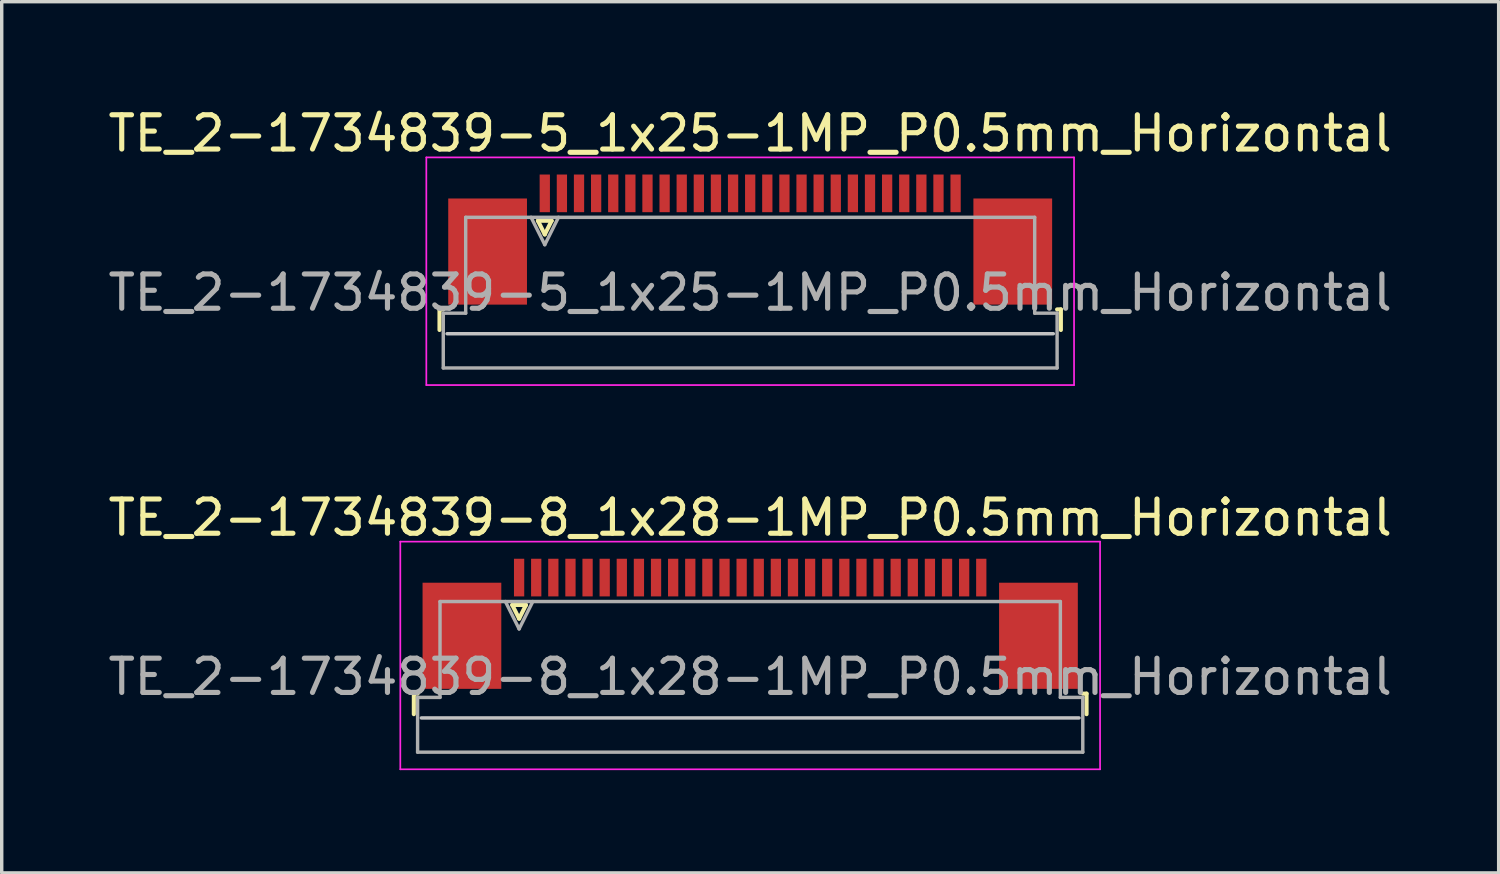
<source format=kicad_pcb>
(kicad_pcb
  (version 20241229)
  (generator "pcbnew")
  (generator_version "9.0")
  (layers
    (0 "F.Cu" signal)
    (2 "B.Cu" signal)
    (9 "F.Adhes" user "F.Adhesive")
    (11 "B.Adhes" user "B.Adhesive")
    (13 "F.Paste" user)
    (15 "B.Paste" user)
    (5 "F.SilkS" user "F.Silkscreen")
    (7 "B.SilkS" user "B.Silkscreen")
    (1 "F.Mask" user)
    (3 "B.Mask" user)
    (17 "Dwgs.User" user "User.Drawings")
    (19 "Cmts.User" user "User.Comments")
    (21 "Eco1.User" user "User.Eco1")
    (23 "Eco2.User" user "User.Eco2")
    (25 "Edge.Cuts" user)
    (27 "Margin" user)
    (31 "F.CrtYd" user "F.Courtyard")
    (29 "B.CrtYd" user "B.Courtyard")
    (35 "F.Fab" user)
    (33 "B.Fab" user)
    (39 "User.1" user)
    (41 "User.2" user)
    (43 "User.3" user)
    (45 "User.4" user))
  (footprint "TE_2-1734839-5_1x25-1MP_P0.5mm_Horizontal"
    (layer "F.Cu")
    (at 18.863 3.948)
    (property "Reference" "TE_2-1734839-5_1x25-1MP_P0.5mm_Horizontal" (at 0 -3.1 0) (layer "F.SilkS") (effects (font (size 1 1) (thickness 0.15))))
    (attr smd)
    (fp_line (start -9.075 2.04) (end -9.075 2.64) (stroke (width 0.12) (type solid)) (layer "F.SilkS"))
    (fp_line (start -8.965 2.04) (end -9.075 2.04) (stroke (width 0.12) (type solid)) (layer "F.SilkS"))
    (fp_line (start -6.2 -0.55) (end -6 -0.15) (stroke (width 0.12) (type solid)) (layer "F.SilkS"))
    (fp_line (start -6 -0.15) (end -5.8 -0.55) (stroke (width 0.12) (type solid)) (layer "F.SilkS"))
    (fp_line (start -5.8 -0.55) (end -6.2 -0.55) (stroke (width 0.12) (type solid)) (layer "F.SilkS"))
    (fp_line (start 8.965 2.04) (end 9.075 2.04) (stroke (width 0.12) (type solid)) (layer "F.SilkS"))
    (fp_line (start 9.075 2.04) (end 9.075 2.64) (stroke (width 0.12) (type solid)) (layer "F.SilkS"))
    (fp_line (start 8.855 2.75) (end -8.855 2.75) (stroke (width 0.1) (type solid)) (layer "Dwgs.User"))
    (fp_line (start -9.46 -2.4) (end -9.46 4.25) (stroke (width 0.05) (type solid)) (layer "F.CrtYd"))
    (fp_line (start -9.46 4.25) (end 9.46 4.25) (stroke (width 0.05) (type solid)) (layer "F.CrtYd"))
    (fp_line (start 9.46 -2.4) (end -9.46 -2.4) (stroke (width 0.05) (type solid)) (layer "F.CrtYd"))
    (fp_line (start 9.46 4.25) (end 9.46 -2.4) (stroke (width 0.05) (type solid)) (layer "F.CrtYd"))
    (fp_line (start -8.965 2.15) (end -8.31 2.15) (stroke (width 0.1) (type solid)) (layer "F.Fab"))
    (fp_line (start -8.965 3.75) (end -8.965 2.15) (stroke (width 0.1) (type solid)) (layer "F.Fab"))
    (fp_line (start -8.31 -0.65) (end 8.31 -0.65) (stroke (width 0.1) (type solid)) (layer "F.Fab"))
    (fp_line (start -8.31 2.15) (end -8.31 -0.65) (stroke (width 0.1) (type solid)) (layer "F.Fab"))
    (fp_line (start -6.4 -0.65) (end -6 0.15) (stroke (width 0.1) (type solid)) (layer "F.Fab"))
    (fp_line (start -6 0.15) (end -5.6 -0.65) (stroke (width 0.1) (type solid)) (layer "F.Fab"))
    (fp_line (start 8.31 -0.65) (end 8.31 2.15) (stroke (width 0.1) (type solid)) (layer "F.Fab"))
    (fp_line (start 8.31 2.15) (end 8.965 2.15) (stroke (width 0.1) (type solid)) (layer "F.Fab"))
    (fp_line (start 8.965 2.15) (end 8.965 3.75) (stroke (width 0.1) (type solid)) (layer "F.Fab"))
    (fp_line (start 8.965 3.75) (end -8.965 3.75) (stroke (width 0.1) (type solid)) (layer "F.Fab"))
    (fp_text user "${REFERENCE}" (at 0 1.55 0) (layer "F.Fab") (effects (font (size 1 1) (thickness 0.15))))
    (pad "1" smd rect (at -6 -1.35) (size 0.3 1.1) (layers "F.Cu" "F.Mask" "F.Paste"))
    (pad "2" smd rect (at -5.5 -1.35) (size 0.3 1.1) (layers "F.Cu" "F.Mask" "F.Paste"))
    (pad "3" smd rect (at -5 -1.35) (size 0.3 1.1) (layers "F.Cu" "F.Mask" "F.Paste"))
    (pad "4" smd rect (at -4.5 -1.35) (size 0.3 1.1) (layers "F.Cu" "F.Mask" "F.Paste"))
    (pad "5" smd rect (at -4 -1.35) (size 0.3 1.1) (layers "F.Cu" "F.Mask" "F.Paste"))
    (pad "6" smd rect (at -3.5 -1.35) (size 0.3 1.1) (layers "F.Cu" "F.Mask" "F.Paste"))
    (pad "7" smd rect (at -3 -1.35) (size 0.3 1.1) (layers "F.Cu" "F.Mask" "F.Paste"))
    (pad "8" smd rect (at -2.5 -1.35) (size 0.3 1.1) (layers "F.Cu" "F.Mask" "F.Paste"))
    (pad "9" smd rect (at -2 -1.35) (size 0.3 1.1) (layers "F.Cu" "F.Mask" "F.Paste"))
    (pad "10" smd rect (at -1.5 -1.35) (size 0.3 1.1) (layers "F.Cu" "F.Mask" "F.Paste"))
    (pad "11" smd rect (at -1 -1.35) (size 0.3 1.1) (layers "F.Cu" "F.Mask" "F.Paste"))
    (pad "12" smd rect (at -0.5 -1.35) (size 0.3 1.1) (layers "F.Cu" "F.Mask" "F.Paste"))
    (pad "13" smd rect (at 0 -1.35) (size 0.3 1.1) (layers "F.Cu" "F.Mask" "F.Paste"))
    (pad "14" smd rect (at 0.5 -1.35) (size 0.3 1.1) (layers "F.Cu" "F.Mask" "F.Paste"))
    (pad "15" smd rect (at 1 -1.35) (size 0.3 1.1) (layers "F.Cu" "F.Mask" "F.Paste"))
    (pad "16" smd rect (at 1.5 -1.35) (size 0.3 1.1) (layers "F.Cu" "F.Mask" "F.Paste"))
    (pad "17" smd rect (at 2 -1.35) (size 0.3 1.1) (layers "F.Cu" "F.Mask" "F.Paste"))
    (pad "18" smd rect (at 2.5 -1.35) (size 0.3 1.1) (layers "F.Cu" "F.Mask" "F.Paste"))
    (pad "19" smd rect (at 3 -1.35) (size 0.3 1.1) (layers "F.Cu" "F.Mask" "F.Paste"))
    (pad "20" smd rect (at 3.5 -1.35) (size 0.3 1.1) (layers "F.Cu" "F.Mask" "F.Paste"))
    (pad "21" smd rect (at 4 -1.35) (size 0.3 1.1) (layers "F.Cu" "F.Mask" "F.Paste"))
    (pad "22" smd rect (at 4.5 -1.35) (size 0.3 1.1) (layers "F.Cu" "F.Mask" "F.Paste"))
    (pad "23" smd rect (at 5 -1.35) (size 0.3 1.1) (layers "F.Cu" "F.Mask" "F.Paste"))
    (pad "24" smd rect (at 5.5 -1.35) (size 0.3 1.1) (layers "F.Cu" "F.Mask" "F.Paste"))
    (pad "25" smd rect (at 6 -1.35) (size 0.3 1.1) (layers "F.Cu" "F.Mask" "F.Paste"))
    (pad "MP" smd rect (at -7.67 0.35) (size 2.3 3.1) (layers "F.Cu" "F.Mask" "F.Paste"))
    (pad "MP" smd rect (at 7.67 0.35) (size 2.3 3.1) (layers "F.Cu" "F.Mask" "F.Paste")))
  (footprint "TE_2-1734839-8_1x28-1MP_P0.5mm_Horizontal"
    (layer "F.Cu")
    (at 18.863 15.171)
    (property "Reference" "TE_2-1734839-8_1x28-1MP_P0.5mm_Horizontal" (at 0 -3.1 0) (layer "F.SilkS") (effects (font (size 1 1) (thickness 0.15))))
    (attr smd)
    (fp_line (start -9.825 2.04) (end -9.825 2.64) (stroke (width 0.12) (type solid)) (layer "F.SilkS"))
    (fp_line (start -9.715 2.04) (end -9.825 2.04) (stroke (width 0.12) (type solid)) (layer "F.SilkS"))
    (fp_line (start -6.95 -0.55) (end -6.75 -0.15) (stroke (width 0.12) (type solid)) (layer "F.SilkS"))
    (fp_line (start -6.75 -0.15) (end -6.55 -0.55) (stroke (width 0.12) (type solid)) (layer "F.SilkS"))
    (fp_line (start -6.55 -0.55) (end -6.95 -0.55) (stroke (width 0.12) (type solid)) (layer "F.SilkS"))
    (fp_line (start 9.715 2.04) (end 9.825 2.04) (stroke (width 0.12) (type solid)) (layer "F.SilkS"))
    (fp_line (start 9.825 2.04) (end 9.825 2.64) (stroke (width 0.12) (type solid)) (layer "F.SilkS"))
    (fp_line (start 9.605 2.75) (end -9.605 2.75) (stroke (width 0.1) (type solid)) (layer "Dwgs.User"))
    (fp_line (start -10.22 -2.4) (end -10.22 4.25) (stroke (width 0.05) (type solid)) (layer "F.CrtYd"))
    (fp_line (start -10.22 4.25) (end 10.22 4.25) (stroke (width 0.05) (type solid)) (layer "F.CrtYd"))
    (fp_line (start 10.22 -2.4) (end -10.22 -2.4) (stroke (width 0.05) (type solid)) (layer "F.CrtYd"))
    (fp_line (start 10.22 4.25) (end 10.22 -2.4) (stroke (width 0.05) (type solid)) (layer "F.CrtYd"))
    (fp_line (start -9.715 2.15) (end -9.06 2.15) (stroke (width 0.1) (type solid)) (layer "F.Fab"))
    (fp_line (start -9.715 3.75) (end -9.715 2.15) (stroke (width 0.1) (type solid)) (layer "F.Fab"))
    (fp_line (start -9.06 -0.65) (end 9.06 -0.65) (stroke (width 0.1) (type solid)) (layer "F.Fab"))
    (fp_line (start -9.06 2.15) (end -9.06 -0.65) (stroke (width 0.1) (type solid)) (layer "F.Fab"))
    (fp_line (start -7.15 -0.65) (end -6.75 0.15) (stroke (width 0.1) (type solid)) (layer "F.Fab"))
    (fp_line (start -6.75 0.15) (end -6.35 -0.65) (stroke (width 0.1) (type solid)) (layer "F.Fab"))
    (fp_line (start 9.06 -0.65) (end 9.06 2.15) (stroke (width 0.1) (type solid)) (layer "F.Fab"))
    (fp_line (start 9.06 2.15) (end 9.715 2.15) (stroke (width 0.1) (type solid)) (layer "F.Fab"))
    (fp_line (start 9.715 2.15) (end 9.715 3.75) (stroke (width 0.1) (type solid)) (layer "F.Fab"))
    (fp_line (start 9.715 3.75) (end -9.715 3.75) (stroke (width 0.1) (type solid)) (layer "F.Fab"))
    (fp_text user "${REFERENCE}" (at 0 1.55 0) (layer "F.Fab") (effects (font (size 1 1) (thickness 0.15))))
    (pad "1" smd rect (at -6.75 -1.35) (size 0.3 1.1) (layers "F.Cu" "F.Mask" "F.Paste"))
    (pad "2" smd rect (at -6.25 -1.35) (size 0.3 1.1) (layers "F.Cu" "F.Mask" "F.Paste"))
    (pad "3" smd rect (at -5.75 -1.35) (size 0.3 1.1) (layers "F.Cu" "F.Mask" "F.Paste"))
    (pad "4" smd rect (at -5.25 -1.35) (size 0.3 1.1) (layers "F.Cu" "F.Mask" "F.Paste"))
    (pad "5" smd rect (at -4.75 -1.35) (size 0.3 1.1) (layers "F.Cu" "F.Mask" "F.Paste"))
    (pad "6" smd rect (at -4.25 -1.35) (size 0.3 1.1) (layers "F.Cu" "F.Mask" "F.Paste"))
    (pad "7" smd rect (at -3.75 -1.35) (size 0.3 1.1) (layers "F.Cu" "F.Mask" "F.Paste"))
    (pad "8" smd rect (at -3.25 -1.35) (size 0.3 1.1) (layers "F.Cu" "F.Mask" "F.Paste"))
    (pad "9" smd rect (at -2.75 -1.35) (size 0.3 1.1) (layers "F.Cu" "F.Mask" "F.Paste"))
    (pad "10" smd rect (at -2.25 -1.35) (size 0.3 1.1) (layers "F.Cu" "F.Mask" "F.Paste"))
    (pad "11" smd rect (at -1.75 -1.35) (size 0.3 1.1) (layers "F.Cu" "F.Mask" "F.Paste"))
    (pad "12" smd rect (at -1.25 -1.35) (size 0.3 1.1) (layers "F.Cu" "F.Mask" "F.Paste"))
    (pad "13" smd rect (at -0.75 -1.35) (size 0.3 1.1) (layers "F.Cu" "F.Mask" "F.Paste"))
    (pad "14" smd rect (at -0.25 -1.35) (size 0.3 1.1) (layers "F.Cu" "F.Mask" "F.Paste"))
    (pad "15" smd rect (at 0.25 -1.35) (size 0.3 1.1) (layers "F.Cu" "F.Mask" "F.Paste"))
    (pad "16" smd rect (at 0.75 -1.35) (size 0.3 1.1) (layers "F.Cu" "F.Mask" "F.Paste"))
    (pad "17" smd rect (at 1.25 -1.35) (size 0.3 1.1) (layers "F.Cu" "F.Mask" "F.Paste"))
    (pad "18" smd rect (at 1.75 -1.35) (size 0.3 1.1) (layers "F.Cu" "F.Mask" "F.Paste"))
    (pad "19" smd rect (at 2.25 -1.35) (size 0.3 1.1) (layers "F.Cu" "F.Mask" "F.Paste"))
    (pad "20" smd rect (at 2.75 -1.35) (size 0.3 1.1) (layers "F.Cu" "F.Mask" "F.Paste"))
    (pad "21" smd rect (at 3.25 -1.35) (size 0.3 1.1) (layers "F.Cu" "F.Mask" "F.Paste"))
    (pad "22" smd rect (at 3.75 -1.35) (size 0.3 1.1) (layers "F.Cu" "F.Mask" "F.Paste"))
    (pad "23" smd rect (at 4.25 -1.35) (size 0.3 1.1) (layers "F.Cu" "F.Mask" "F.Paste"))
    (pad "24" smd rect (at 4.75 -1.35) (size 0.3 1.1) (layers "F.Cu" "F.Mask" "F.Paste"))
    (pad "25" smd rect (at 5.25 -1.35) (size 0.3 1.1) (layers "F.Cu" "F.Mask" "F.Paste"))
    (pad "26" smd rect (at 5.75 -1.35) (size 0.3 1.1) (layers "F.Cu" "F.Mask" "F.Paste"))
    (pad "27" smd rect (at 6.25 -1.35) (size 0.3 1.1) (layers "F.Cu" "F.Mask" "F.Paste"))
    (pad "28" smd rect (at 6.75 -1.35) (size 0.3 1.1) (layers "F.Cu" "F.Mask" "F.Paste"))
    (pad "MP" smd rect (at -8.42 0.35) (size 2.3 3.1) (layers "F.Cu" "F.Mask" "F.Paste"))
    (pad "MP" smd rect (at 8.42 0.35) (size 2.3 3.1) (layers "F.Cu" "F.Mask" "F.Paste")))
  (gr_rect
    (start -3 -3)
    (end 40.726 22.447)
    (stroke (width 0.1) (type default))
    (fill no)
    (layer "Edge.Cuts")))
</source>
